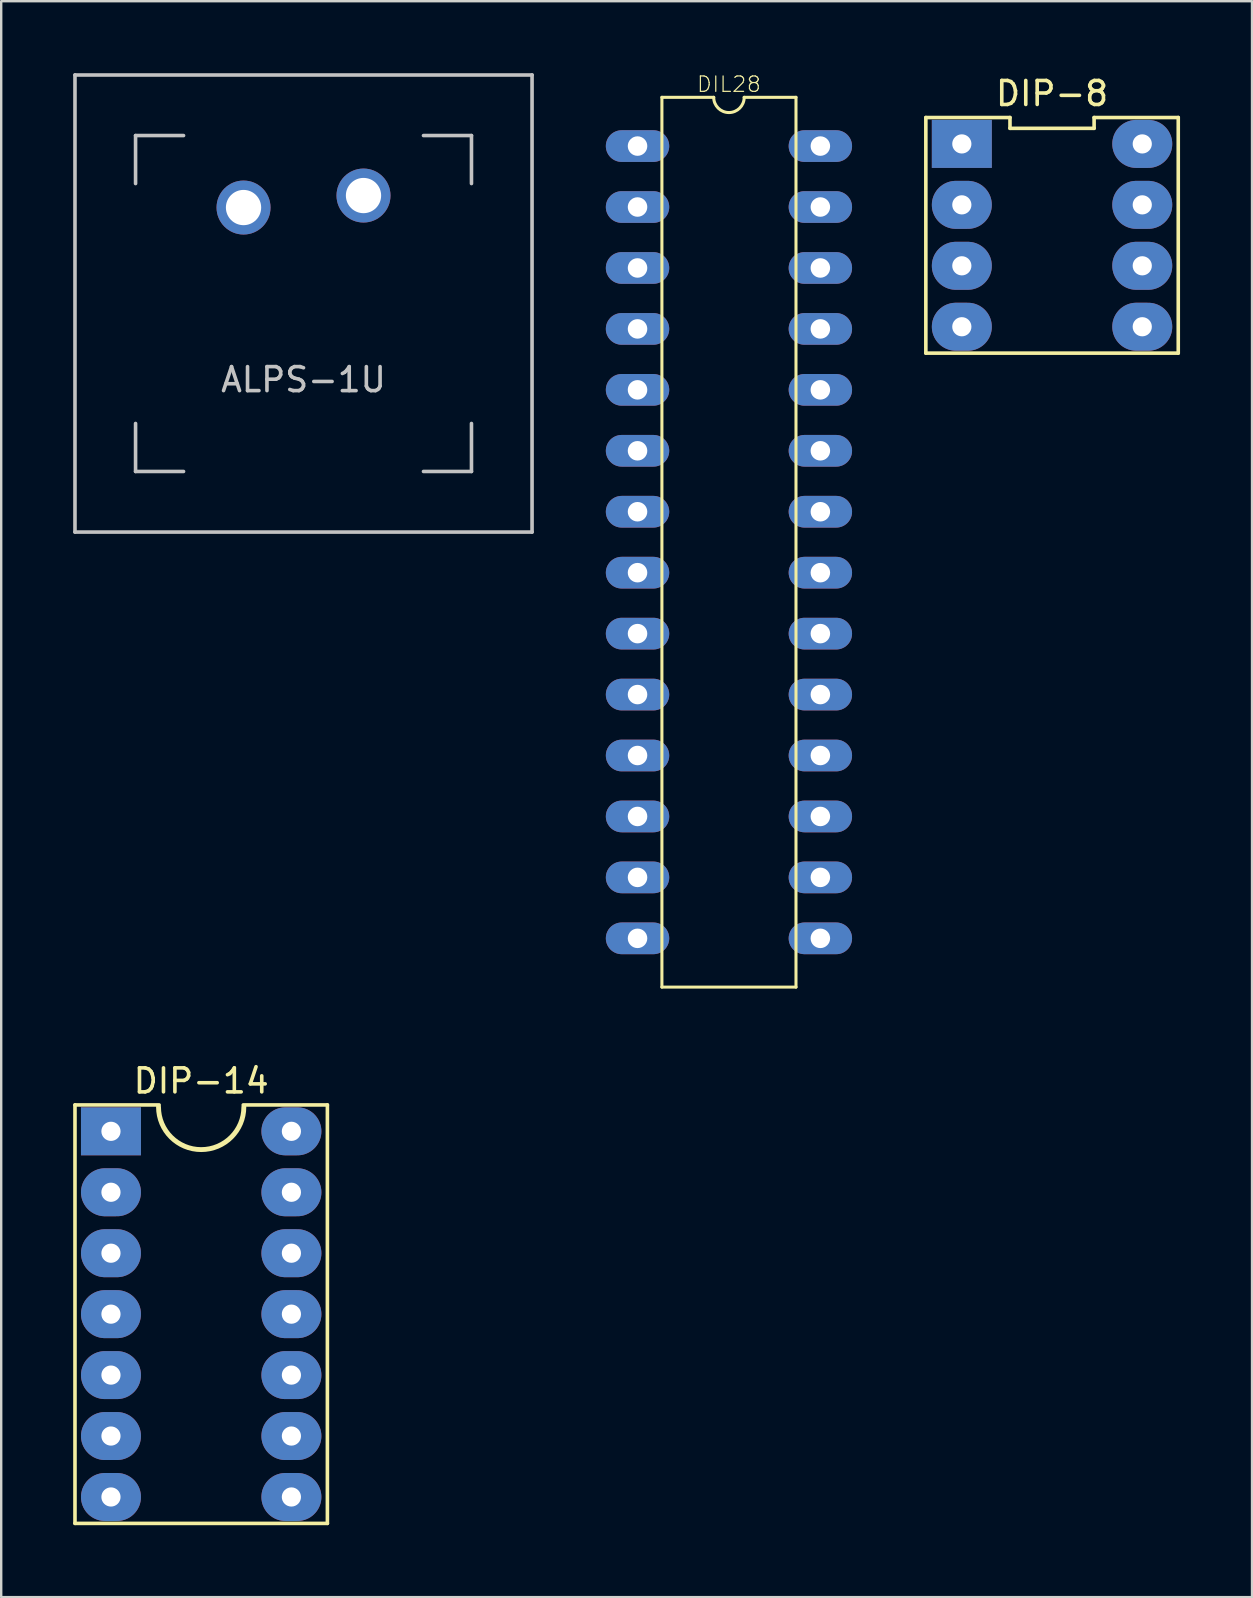
<source format=kicad_pcb>
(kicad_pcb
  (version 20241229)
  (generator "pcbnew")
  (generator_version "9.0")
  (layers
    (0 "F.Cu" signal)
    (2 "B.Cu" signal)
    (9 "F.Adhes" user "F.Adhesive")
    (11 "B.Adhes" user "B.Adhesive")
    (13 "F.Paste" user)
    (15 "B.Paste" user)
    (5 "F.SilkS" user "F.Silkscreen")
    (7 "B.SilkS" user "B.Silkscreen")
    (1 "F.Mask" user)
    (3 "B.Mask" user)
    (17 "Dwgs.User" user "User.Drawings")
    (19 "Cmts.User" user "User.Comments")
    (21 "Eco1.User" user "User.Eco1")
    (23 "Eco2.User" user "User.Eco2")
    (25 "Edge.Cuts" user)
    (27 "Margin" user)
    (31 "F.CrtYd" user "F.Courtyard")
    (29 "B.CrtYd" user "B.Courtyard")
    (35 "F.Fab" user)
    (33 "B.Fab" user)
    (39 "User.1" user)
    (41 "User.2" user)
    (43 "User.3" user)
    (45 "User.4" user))
  (footprint "DIL28"
    (layer "F.Cu")
    (at 27.331 19.548)
    (property "Reference" "DIL28" (at 0 -19.085 0) (layer "F.SilkS") (effects (font (size 0.641 0.641) (thickness 0.05))))
    (attr through_hole)
    (fp_line (start -2.794 -18.542) (end -2.794 18.542) (stroke (width 0.127) (type solid)) (layer "F.SilkS"))
    (fp_line (start -0.635 -18.542) (end -2.794 -18.542) (stroke (width 0.127) (type solid)) (layer "F.SilkS"))
    (fp_line (start 2.794 -18.542) (end 0.635 -18.542) (stroke (width 0.127) (type solid)) (layer "F.SilkS"))
    (fp_line (start 2.794 -18.542) (end 2.794 18.542) (stroke (width 0.127) (type solid)) (layer "F.SilkS"))
    (fp_line (start 2.794 18.542) (end -2.794 18.542) (stroke (width 0.127) (type solid)) (layer "F.SilkS"))
    (fp_arc (start 0.635 -18.542) (mid 0 -17.907) (end -0.635 -18.542) (stroke (width 0.127) (type solid)) (layer "F.SilkS"))
    (pad "1" thru_hole oval (at -3.81 -16.51) (size 2.642 1.321) (drill 0.813) (layers "*.Cu" "*.Mask"))
    (pad "2" thru_hole oval (at -3.81 -13.97) (size 2.642 1.321) (drill 0.813) (layers "*.Cu" "*.Mask"))
    (pad "3" thru_hole oval (at -3.81 -11.43) (size 2.642 1.321) (drill 0.813) (layers "*.Cu" "*.Mask"))
    (pad "4" thru_hole oval (at -3.81 -8.89) (size 2.642 1.321) (drill 0.813) (layers "*.Cu" "*.Mask"))
    (pad "5" thru_hole oval (at -3.81 -6.35) (size 2.642 1.321) (drill 0.813) (layers "*.Cu" "*.Mask"))
    (pad "6" thru_hole oval (at -3.81 -3.81) (size 2.642 1.321) (drill 0.813) (layers "*.Cu" "*.Mask"))
    (pad "7" thru_hole oval (at -3.81 -1.27) (size 2.642 1.321) (drill 0.813) (layers "*.Cu" "*.Mask"))
    (pad "8" thru_hole oval (at -3.81 1.27) (size 2.642 1.321) (drill 0.813) (layers "*.Cu" "*.Mask"))
    (pad "9" thru_hole oval (at -3.81 3.81) (size 2.642 1.321) (drill 0.813) (layers "*.Cu" "*.Mask"))
    (pad "10" thru_hole oval (at -3.81 6.35) (size 2.642 1.321) (drill 0.813) (layers "*.Cu" "*.Mask"))
    (pad "11" thru_hole oval (at -3.81 8.89) (size 2.642 1.321) (drill 0.813) (layers "*.Cu" "*.Mask"))
    (pad "12" thru_hole oval (at -3.81 11.43) (size 2.642 1.321) (drill 0.813) (layers "*.Cu" "*.Mask"))
    (pad "13" thru_hole oval (at -3.81 13.97) (size 2.642 1.321) (drill 0.813) (layers "*.Cu" "*.Mask"))
    (pad "14" thru_hole oval (at -3.81 16.51) (size 2.642 1.321) (drill 0.813) (layers "*.Cu" "*.Mask"))
    (pad "15" thru_hole oval (at 3.81 16.51) (size 2.642 1.321) (drill 0.813) (layers "*.Cu" "*.Mask"))
    (pad "16" thru_hole oval (at 3.81 13.97) (size 2.642 1.321) (drill 0.813) (layers "*.Cu" "*.Mask"))
    (pad "17" thru_hole oval (at 3.81 11.43) (size 2.642 1.321) (drill 0.813) (layers "*.Cu" "*.Mask"))
    (pad "18" thru_hole oval (at 3.81 8.89) (size 2.642 1.321) (drill 0.813) (layers "*.Cu" "*.Mask"))
    (pad "19" thru_hole oval (at 3.81 6.35) (size 2.642 1.321) (drill 0.813) (layers "*.Cu" "*.Mask"))
    (pad "20" thru_hole oval (at 3.81 3.81) (size 2.642 1.321) (drill 0.813) (layers "*.Cu" "*.Mask"))
    (pad "21" thru_hole oval (at 3.81 1.27) (size 2.642 1.321) (drill 0.813) (layers "*.Cu" "*.Mask"))
    (pad "22" thru_hole oval (at 3.81 -1.27) (size 2.642 1.321) (drill 0.813) (layers "*.Cu" "*.Mask"))
    (pad "23" thru_hole oval (at 3.81 -3.81) (size 2.642 1.321) (drill 0.813) (layers "*.Cu" "*.Mask"))
    (pad "24" thru_hole oval (at 3.81 -6.35) (size 2.642 1.321) (drill 0.813) (layers "*.Cu" "*.Mask"))
    (pad "25" thru_hole oval (at 3.81 -8.89) (size 2.642 1.321) (drill 0.813) (layers "*.Cu" "*.Mask"))
    (pad "26" thru_hole oval (at 3.81 -11.43) (size 2.642 1.321) (drill 0.813) (layers "*.Cu" "*.Mask"))
    (pad "27" thru_hole oval (at 3.81 -13.97) (size 2.642 1.321) (drill 0.813) (layers "*.Cu" "*.Mask"))
    (pad "28" thru_hole oval (at 3.81 -16.51) (size 2.642 1.321) (drill 0.813) (layers "*.Cu" "*.Mask")))
  (footprint "ALPS-1U"
    (layer "F.Cu")
    (at 9.6 9.6)
    (property "Reference" "ALPS-1U" (at 0 3.175 0) (layer "Dwgs.User") (effects (font (size 1 1) (thickness 0.15))))
    (attr through_hole)
    (fp_line (start -9.525 -9.525) (end 9.525 -9.525) (stroke (width 0.15) (type solid)) (layer "Dwgs.User"))
    (fp_line (start -9.525 9.525) (end -9.525 -9.525) (stroke (width 0.15) (type solid)) (layer "Dwgs.User"))
    (fp_line (start -9.525 9.525) (end 9.525 9.525) (stroke (width 0.15) (type solid)) (layer "Dwgs.User"))
    (fp_line (start -7 -7) (end -7 -5) (stroke (width 0.15) (type solid)) (layer "Dwgs.User"))
    (fp_line (start -7 5) (end -7 7) (stroke (width 0.15) (type solid)) (layer "Dwgs.User"))
    (fp_line (start -7 7) (end -5 7) (stroke (width 0.15) (type solid)) (layer "Dwgs.User"))
    (fp_line (start -5 -7) (end -7 -7) (stroke (width 0.15) (type solid)) (layer "Dwgs.User"))
    (fp_line (start 5 -7) (end 7 -7) (stroke (width 0.15) (type solid)) (layer "Dwgs.User"))
    (fp_line (start 5 7) (end 7 7) (stroke (width 0.15) (type solid)) (layer "Dwgs.User"))
    (fp_line (start 7 -7) (end 7 -5) (stroke (width 0.15) (type solid)) (layer "Dwgs.User"))
    (fp_line (start 7 7) (end 7 5) (stroke (width 0.15) (type solid)) (layer "Dwgs.User"))
    (fp_line (start 9.525 -9.525) (end 9.525 9.525) (stroke (width 0.15) (type solid)) (layer "Dwgs.User"))
    (pad "1" thru_hole circle (at -2.5 -4) (size 2.25 2.25) (drill 1.47) (layers "*.Cu" "B.Mask"))
    (pad "2" thru_hole circle (at 2.5 -4.5) (size 2.25 2.25) (drill 1.47) (layers "*.Cu" "B.Mask")))
  (footprint "DIP-8"
    (layer "F.Cu")
    (at 40.797 6.758)
    (property "Reference" "DIP-8" (at 0 -5.91 0) (layer "F.SilkS") (effects (font (size 1 1) (thickness 0.15))))
    (attr through_hole)
    (fp_line (start -5.26 -4.91) (end -5.26 4.91) (stroke (width 0.15) (type solid)) (layer "F.SilkS"))
    (fp_line (start -5.26 4.91) (end 5.26 4.91) (stroke (width 0.15) (type solid)) (layer "F.SilkS"))
    (fp_line (start -1.753 -4.91) (end -5.26 -4.91) (stroke (width 0.15) (type solid)) (layer "F.SilkS"))
    (fp_line (start -1.753 -4.46) (end -1.753 -4.91) (stroke (width 0.15) (type solid)) (layer "F.SilkS"))
    (fp_line (start 1.753 -4.91) (end 1.753 -4.46) (stroke (width 0.15) (type solid)) (layer "F.SilkS"))
    (fp_line (start 1.753 -4.46) (end -1.753 -4.46) (stroke (width 0.15) (type solid)) (layer "F.SilkS"))
    (fp_line (start 5.26 -4.91) (end 1.753 -4.91) (stroke (width 0.15) (type solid)) (layer "F.SilkS"))
    (fp_line (start 5.26 4.91) (end 5.26 -4.91) (stroke (width 0.15) (type solid)) (layer "F.SilkS"))
    (pad "1" thru_hole rect (at -3.76 -3.81 270) (size 2 2.5) (drill 0.8) (layers "*.Cu" "*.Mask"))
    (pad "2" thru_hole oval (at -3.76 -1.27 270) (size 2 2.5) (drill 0.8) (layers "*.Cu" "*.Mask"))
    (pad "3" thru_hole oval (at -3.76 1.27 270) (size 2 2.5) (drill 0.8) (layers "*.Cu" "*.Mask"))
    (pad "4" thru_hole oval (at -3.76 3.81 270) (size 2 2.5) (drill 0.8) (layers "*.Cu" "*.Mask"))
    (pad "5" thru_hole oval (at 3.76 3.81 270) (size 2 2.5) (drill 0.8) (layers "*.Cu" "*.Mask"))
    (pad "6" thru_hole oval (at 3.76 1.27 270) (size 2 2.5) (drill 0.8) (layers "*.Cu" "*.Mask"))
    (pad "7" thru_hole oval (at 3.76 -1.27 270) (size 2 2.5) (drill 0.8) (layers "*.Cu" "*.Mask"))
    (pad "8" thru_hole oval (at 3.76 -3.81 270) (size 2 2.5) (drill 0.8) (layers "*.Cu" "*.Mask")))
  (footprint "DIP-14"
    (layer "F.Cu")
    (at 5.335 52.737)
    (property "Reference" "DIP-14" (at 0 -10.736 0) (layer "F.SilkS") (effects (font (size 1 1) (thickness 0.15))))
    (attr through_hole)
    (fp_line (start -5.26 7.704) (end 5.26 7.704) (stroke (width 0.15) (type solid)) (layer "F.SilkS"))
    (fp_line (start -5.26 -9.736) (end -5.26 7.704) (stroke (width 0.15) (type solid)) (layer "F.SilkS"))
    (fp_line (start -1.753 -9.736) (end -5.26 -9.736) (stroke (width 0.15) (type solid)) (layer "F.SilkS"))
    (fp_line (start 5.26 7.704) (end 5.26 -9.736) (stroke (width 0.15) (type solid)) (layer "F.SilkS"))
    (fp_line (start 5.26 -9.736) (end 1.753 -9.736) (stroke (width 0.15) (type solid)) (layer "F.SilkS"))
    (fp_arc (start 1.778 -9.652) (mid 0 -7.874) (end -1.778 -9.652) (stroke (width 0.2032) (type solid)) (layer "F.SilkS"))
    (pad "1" thru_hole rect (at -3.76 -8.636 270) (size 2 2.5) (drill 0.8) (layers "*.Cu" "*.Mask"))
    (pad "2" thru_hole oval (at -3.76 -6.096 270) (size 2 2.5) (drill 0.8) (layers "*.Cu" "*.Mask"))
    (pad "3" thru_hole oval (at -3.76 -3.556 270) (size 2 2.5) (drill 0.8) (layers "*.Cu" "*.Mask"))
    (pad "4" thru_hole oval (at -3.76 -1.016 270) (size 2 2.5) (drill 0.8) (layers "*.Cu" "*.Mask"))
    (pad "5" thru_hole oval (at -3.76 1.524 270) (size 2 2.5) (drill 0.8) (layers "*.Cu" "*.Mask"))
    (pad "6" thru_hole oval (at -3.76 4.064 270) (size 2 2.5) (drill 0.8) (layers "*.Cu" "*.Mask"))
    (pad "7" thru_hole oval (at -3.76 6.604 270) (size 2 2.5) (drill 0.8) (layers "*.Cu" "*.Mask"))
    (pad "8" thru_hole oval (at 3.76 6.604 270) (size 2 2.5) (drill 0.8) (layers "*.Cu" "*.Mask"))
    (pad "9" thru_hole oval (at 3.76 4.064 270) (size 2 2.5) (drill 0.8) (layers "*.Cu" "*.Mask"))
    (pad "10" thru_hole oval (at 3.76 1.524 270) (size 2 2.5) (drill 0.8) (layers "*.Cu" "*.Mask"))
    (pad "11" thru_hole oval (at 3.76 -1.016 270) (size 2 2.5) (drill 0.8) (layers "*.Cu" "*.Mask"))
    (pad "12" thru_hole oval (at 3.76 -3.556 270) (size 2 2.5) (drill 0.8) (layers "*.Cu" "*.Mask"))
    (pad "13" thru_hole oval (at 3.76 -6.096 270) (size 2 2.5) (drill 0.8) (layers "*.Cu" "*.Mask"))
    (pad "14" thru_hole oval (at 3.76 -8.636 270) (size 2 2.5) (drill 0.8) (layers "*.Cu" "*.Mask")))
  (gr_rect
    (start -3 -3)
    (end 49.132 63.516)
    (stroke (width 0.1) (type default))
    (fill no)
    (layer "Edge.Cuts")))
</source>
